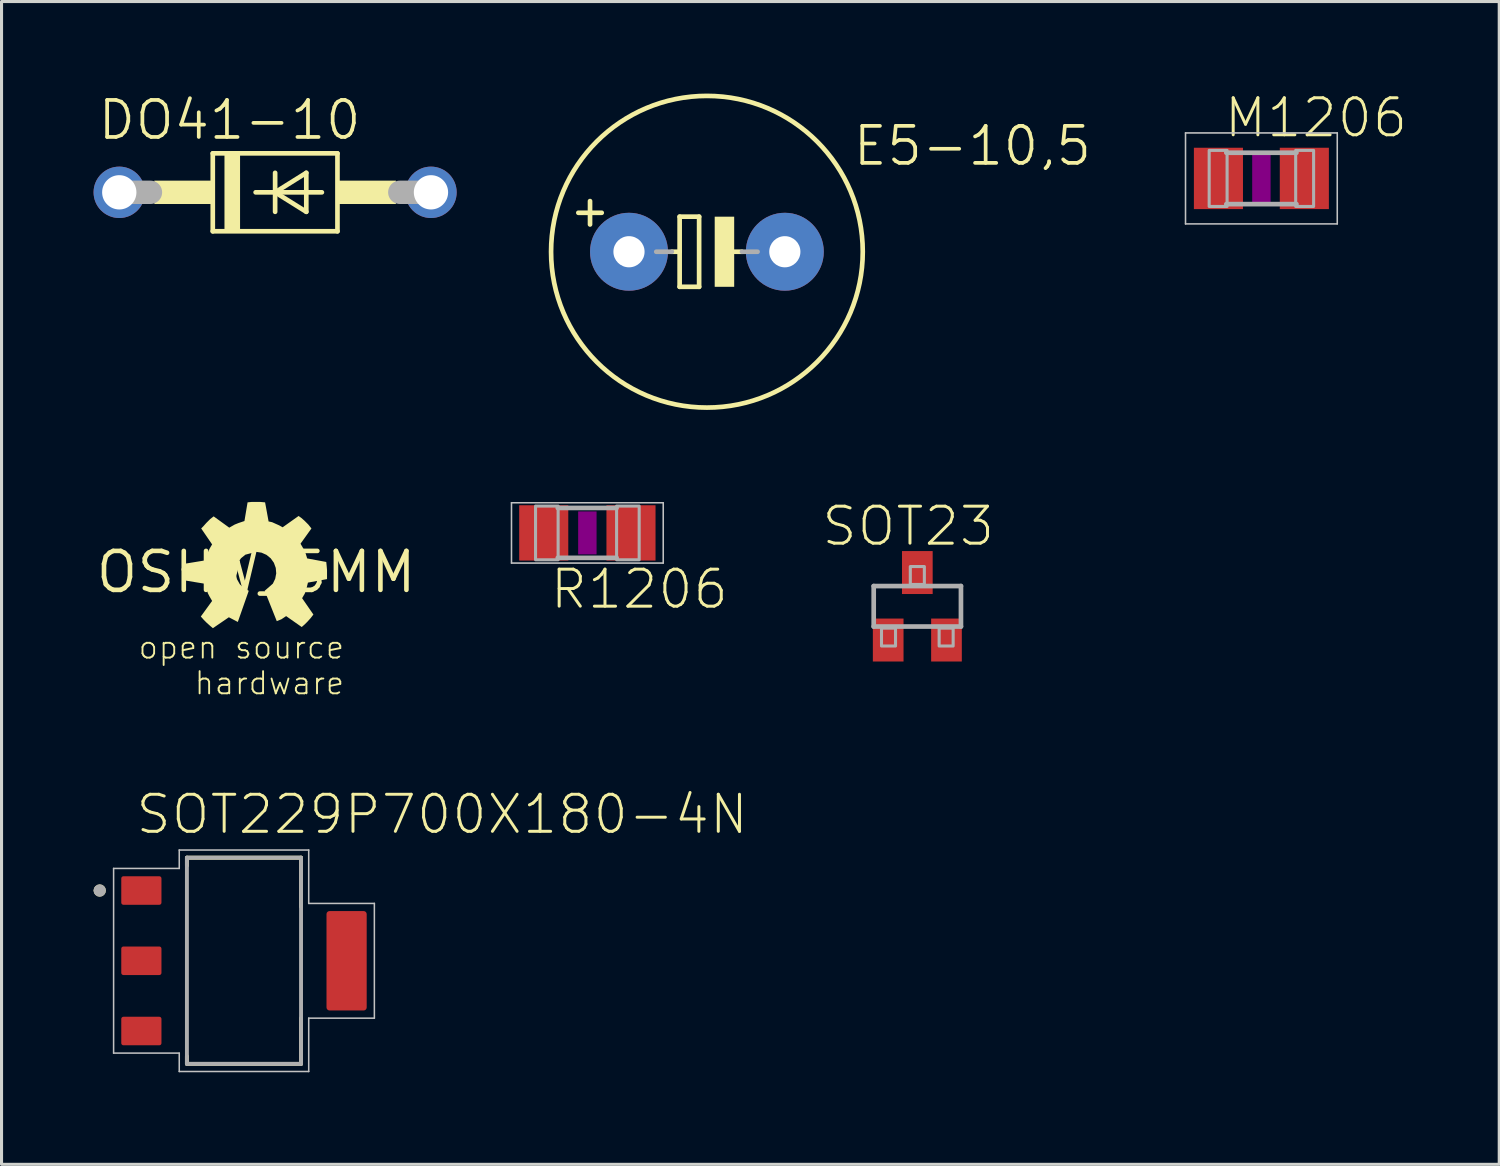
<source format=kicad_pcb>
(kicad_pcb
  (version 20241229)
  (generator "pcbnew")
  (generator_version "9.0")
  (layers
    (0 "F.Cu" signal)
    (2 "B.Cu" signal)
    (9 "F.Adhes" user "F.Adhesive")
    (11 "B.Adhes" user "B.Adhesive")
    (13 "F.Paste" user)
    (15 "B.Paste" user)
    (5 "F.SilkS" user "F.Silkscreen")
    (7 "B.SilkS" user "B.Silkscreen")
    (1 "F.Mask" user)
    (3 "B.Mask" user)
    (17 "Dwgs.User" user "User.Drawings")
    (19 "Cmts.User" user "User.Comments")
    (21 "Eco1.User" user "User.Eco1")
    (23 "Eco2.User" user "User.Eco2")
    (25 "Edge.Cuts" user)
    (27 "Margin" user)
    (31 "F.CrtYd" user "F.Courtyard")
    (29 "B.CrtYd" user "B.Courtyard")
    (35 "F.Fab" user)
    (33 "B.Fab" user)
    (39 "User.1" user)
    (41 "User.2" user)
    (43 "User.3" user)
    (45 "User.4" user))
  (footprint "SOT229P700X180-4N"
    (layer "F.Cu")
    (at 4.903 28.268)
    (property "Reference" "SOT229P700X180-4N" (at -3.586 -4.067 180) (layer "F.SilkS") (effects (font (size 1.208 1.208) (thickness 0.097)) (justify left bottom)))
    (attr through_hole)
    (fp_line (start -1.86 -3.36) (end -1.86 -3.1) (stroke (width 0.127) (type solid)) (layer "F.SilkS"))
    (fp_line (start -1.86 -3.36) (end 1.86 -3.36) (stroke (width 0.127) (type solid)) (layer "F.SilkS"))
    (fp_line (start -1.86 3.11) (end -1.86 3.36) (stroke (width 0.127) (type solid)) (layer "F.SilkS"))
    (fp_line (start -1.86 3.36) (end 1.86 3.36) (stroke (width 0.127) (type solid)) (layer "F.SilkS"))
    (fp_line (start 1.86 -1.76) (end 1.86 -3.36) (stroke (width 0.127) (type solid)) (layer "F.SilkS"))
    (fp_line (start 1.86 3.36) (end 1.86 1.87) (stroke (width 0.127) (type solid)) (layer "F.SilkS"))
    (fp_circle (center -4.703 -2.29) (end -4.603 -2.29) (stroke (width 0.2) (type solid)) (fill no) (layer "F.SilkS"))
    (fp_line (start -4.25 -3.01) (end -4.25 3.01) (stroke (width 0.05) (type solid)) (layer "Dwgs.User"))
    (fp_line (start -4.25 3.01) (end -2.11 3.01) (stroke (width 0.05) (type solid)) (layer "Dwgs.User"))
    (fp_line (start -2.11 -3.61) (end -2.11 -3.01) (stroke (width 0.05) (type solid)) (layer "Dwgs.User"))
    (fp_line (start -2.11 -3.01) (end -4.25 -3.01) (stroke (width 0.05) (type solid)) (layer "Dwgs.User"))
    (fp_line (start -2.11 3.01) (end -2.11 3.61) (stroke (width 0.05) (type solid)) (layer "Dwgs.User"))
    (fp_line (start -2.11 3.61) (end 2.11 3.61) (stroke (width 0.05) (type solid)) (layer "Dwgs.User"))
    (fp_line (start 2.11 -3.61) (end -2.11 -3.61) (stroke (width 0.05) (type solid)) (layer "Dwgs.User"))
    (fp_line (start 2.11 -1.87) (end 2.11 -3.61) (stroke (width 0.05) (type solid)) (layer "Dwgs.User"))
    (fp_line (start 2.11 1.87) (end 4.25 1.87) (stroke (width 0.05) (type solid)) (layer "Dwgs.User"))
    (fp_line (start 2.11 3.61) (end 2.11 1.87) (stroke (width 0.05) (type solid)) (layer "Dwgs.User"))
    (fp_line (start 4.25 -1.87) (end 2.11 -1.87) (stroke (width 0.05) (type solid)) (layer "Dwgs.User"))
    (fp_line (start 4.25 1.87) (end 4.25 -1.87) (stroke (width 0.05) (type solid)) (layer "Dwgs.User"))
    (fp_line (start -1.86 -3.36) (end 1.86 -3.36) (stroke (width 0.127) (type solid)) (layer "F.Fab"))
    (fp_line (start -1.86 3.36) (end -1.86 -3.36) (stroke (width 0.127) (type solid)) (layer "F.Fab"))
    (fp_line (start 1.86 -3.36) (end 1.86 3.36) (stroke (width 0.127) (type solid)) (layer "F.Fab"))
    (fp_line (start 1.86 3.36) (end -1.86 3.36) (stroke (width 0.127) (type solid)) (layer "F.Fab"))
    (fp_circle (center -4.703 -2.29) (end -4.603 -2.29) (stroke (width 0.2) (type solid)) (fill no) (layer "F.Fab"))
    (pad "1" smd roundrect (at -3.345 -2.29 270) (size 0.93 1.31) (layers "F.Cu" "F.Mask" "F.Paste") (roundrect_rratio 0.075))
    (pad "2" smd roundrect (at -3.345 0 270) (size 0.93 1.31) (layers "F.Cu" "F.Mask" "F.Paste") (roundrect_rratio 0.075))
    (pad "3" smd roundrect (at -3.345 2.29 270) (size 0.93 1.31) (layers "F.Cu" "F.Mask" "F.Paste") (roundrect_rratio 0.075))
    (pad "4" smd roundrect (at 3.345 0 270) (size 3.24 1.31) (layers "F.Cu" "F.Mask" "F.Paste") (roundrect_rratio 0.075)))
  (footprint "SOT23"
    (layer "F.Cu")
    (at 26.852 16.713)
    (property "Reference" "SOT23" (at -3.175 -1.905 0) (layer "F.SilkS") (effects (font (size 1.206 1.206) (thickness 0.097)) (justify left bottom)))
    (attr through_hole)
    (fp_line (start -1.422 -0.66) (end 1.422 -0.66) (stroke (width 0.152) (type solid)) (layer "F.Fab"))
    (fp_line (start -1.422 0.66) (end -1.422 -0.66) (stroke (width 0.152) (type solid)) (layer "F.Fab"))
    (fp_line (start 1.422 -0.66) (end 1.422 0.66) (stroke (width 0.152) (type solid)) (layer "F.Fab"))
    (fp_line (start 1.422 0.66) (end -1.422 0.66) (stroke (width 0.152) (type solid)) (layer "F.Fab"))
    (fp_poly (pts (xy -1.168 1.295) (xy -0.711 1.295) (xy -0.711 0.711) (xy -1.168 0.711)) (stroke (width 0.1) (type solid)) (fill no) (layer "F.Fab"))
    (fp_poly (pts (xy -0.229 -0.711) (xy 0.229 -0.711) (xy 0.229 -1.295) (xy -0.229 -1.295)) (stroke (width 0.1) (type solid)) (fill no) (layer "F.Fab"))
    (fp_poly (pts (xy 0.711 1.295) (xy 1.168 1.295) (xy 1.168 0.711) (xy 0.711 0.711)) (stroke (width 0.1) (type solid)) (fill no) (layer "F.Fab"))
    (pad "1" smd rect (at -0.95 1.1) (size 1 1.4) (layers "F.Cu" "F.Mask" "F.Paste"))
    (pad "2" smd rect (at 0.95 1.1) (size 1 1.4) (layers "F.Cu" "F.Mask" "F.Paste"))
    (pad "3" smd rect (at 0 -1.1) (size 1 1.4) (layers "F.Cu" "F.Mask" "F.Paste")))
  (footprint "R1206"
    (layer "F.Cu")
    (at 16.096 14.321)
    (property "Reference" "R1206" (at -1.27 2.54 0) (layer "F.SilkS") (effects (font (size 1.206 1.206) (thickness 0.097)) (justify left bottom)))
    (attr through_hole)
    (fp_poly (pts (xy -0.3 0.7) (xy 0.3 0.7) (xy 0.3 -0.7) (xy -0.3 -0.7)) (stroke (width 0) (type solid)) (fill yes) (layer "F.Adhes"))
    (fp_line (start -2.473 -0.983) (end 2.473 -0.983) (stroke (width 0.051) (type solid)) (layer "Dwgs.User"))
    (fp_line (start -2.473 0.983) (end -2.473 -0.983) (stroke (width 0.051) (type solid)) (layer "Dwgs.User"))
    (fp_line (start 2.473 -0.983) (end 2.473 0.983) (stroke (width 0.051) (type solid)) (layer "Dwgs.User"))
    (fp_line (start 2.473 0.983) (end -2.473 0.983) (stroke (width 0.051) (type solid)) (layer "Dwgs.User"))
    (fp_line (start 0.953 -0.813) (end -0.965 -0.813) (stroke (width 0.152) (type solid)) (layer "F.Fab"))
    (fp_line (start 0.953 0.813) (end -0.965 0.813) (stroke (width 0.152) (type solid)) (layer "F.Fab"))
    (fp_poly (pts (xy -1.689 0.876) (xy -0.953 0.876) (xy -0.953 -0.876) (xy -1.689 -0.876)) (stroke (width 0.1) (type solid)) (fill no) (layer "F.Fab"))
    (fp_poly (pts (xy 0.953 0.876) (xy 1.689 0.876) (xy 1.689 -0.876) (xy 0.953 -0.876)) (stroke (width 0.1) (type solid)) (fill no) (layer "F.Fab"))
    (pad "1" smd rect (at -1.422 0) (size 1.6 1.803) (layers "F.Cu" "F.Mask" "F.Paste"))
    (pad "2" smd rect (at 1.422 0) (size 1.6 1.803) (layers "F.Cu" "F.Mask" "F.Paste")))
  (footprint "E5-10,5"
    (layer "F.Cu")
    (at 19.993 5.156)
    (property "Reference" "E5-10,5" (at 4.699 -2.743 180) (layer "F.SilkS") (effects (font (size 1.206 1.206) (thickness 0.121)) (justify left bottom)))
    (attr through_hole)
    (fp_line (start -3.81 -1.651) (end -3.81 -0.889) (stroke (width 0.152) (type solid)) (layer "F.SilkS"))
    (fp_line (start -3.429 -1.27) (end -4.191 -1.27) (stroke (width 0.152) (type solid)) (layer "F.SilkS"))
    (fp_line (start -1.143 0) (end -0.889 0) (stroke (width 0.152) (type solid)) (layer "F.SilkS"))
    (fp_line (start -0.889 -1.143) (end -0.889 0) (stroke (width 0.152) (type solid)) (layer "F.SilkS"))
    (fp_line (start -0.889 0) (end -0.889 1.143) (stroke (width 0.152) (type solid)) (layer "F.SilkS"))
    (fp_line (start -0.889 1.143) (end -0.254 1.143) (stroke (width 0.152) (type solid)) (layer "F.SilkS"))
    (fp_line (start -0.254 -1.143) (end -0.889 -1.143) (stroke (width 0.152) (type solid)) (layer "F.SilkS"))
    (fp_line (start -0.254 1.143) (end -0.254 -1.143) (stroke (width 0.152) (type solid)) (layer "F.SilkS"))
    (fp_line (start 0.635 0) (end 1.143 0) (stroke (width 0.152) (type solid)) (layer "F.SilkS"))
    (fp_circle (center 0 0) (end 5.08 0) (stroke (width 0.152) (type solid)) (fill no) (layer "F.SilkS"))
    (fp_poly (pts (xy 0.254 1.143) (xy 0.889 1.143) (xy 0.889 -1.143) (xy 0.254 -1.143)) (stroke (width 0) (type solid)) (fill yes) (layer "F.SilkS"))
    (fp_line (start -1.651 0) (end -1.143 0) (stroke (width 0.152) (type solid)) (layer "F.Fab"))
    (fp_line (start 1.143 0) (end 1.651 0) (stroke (width 0.152) (type solid)) (layer "F.Fab"))
    (pad "+" thru_hole circle (at -2.54 0) (size 2.54 2.54) (drill 1.016) (layers "*.Cu" "*.Mask"))
    (pad "-" thru_hole circle (at 2.54 0) (size 2.54 2.54) (drill 1.016) (layers "*.Cu" "*.Mask")))
  (footprint "DO41-10"
    (layer "F.Cu")
    (at 5.918 3.219)
    (property "Reference" "DO41-10" (at -5.842 -1.651 180) (layer "F.SilkS") (effects (font (size 1.206 1.206) (thickness 0.121)) (justify left bottom)))
    (attr through_hole)
    (fp_line (start -2.032 -1.27) (end -2.032 1.27) (stroke (width 0.152) (type solid)) (layer "F.SilkS"))
    (fp_line (start -2.032 -1.27) (end 2.032 -1.27) (stroke (width 0.152) (type solid)) (layer "F.SilkS"))
    (fp_line (start -0.635 0) (end 0 0) (stroke (width 0.152) (type solid)) (layer "F.SilkS"))
    (fp_line (start 0 -0.635) (end 0 0) (stroke (width 0.152) (type solid)) (layer "F.SilkS"))
    (fp_line (start 0 0) (end 0 0.635) (stroke (width 0.152) (type solid)) (layer "F.SilkS"))
    (fp_line (start 0 0) (end 1.016 -0.635) (stroke (width 0.152) (type solid)) (layer "F.SilkS"))
    (fp_line (start 0 0) (end 1.524 0) (stroke (width 0.152) (type solid)) (layer "F.SilkS"))
    (fp_line (start 1.016 -0.635) (end 1.016 0.635) (stroke (width 0.152) (type solid)) (layer "F.SilkS"))
    (fp_line (start 1.016 0.635) (end 0 0) (stroke (width 0.152) (type solid)) (layer "F.SilkS"))
    (fp_line (start 2.032 1.27) (end -2.032 1.27) (stroke (width 0.152) (type solid)) (layer "F.SilkS"))
    (fp_line (start 2.032 1.27) (end 2.032 -1.27) (stroke (width 0.152) (type solid)) (layer "F.SilkS"))
    (fp_poly (pts (xy -3.937 0.381) (xy -2.032 0.381) (xy -2.032 -0.381) (xy -3.937 -0.381)) (stroke (width 0) (type solid)) (fill yes) (layer "F.SilkS"))
    (fp_poly (pts (xy -1.651 1.27) (xy -1.143 1.27) (xy -1.143 -1.27) (xy -1.651 -1.27)) (stroke (width 0) (type solid)) (fill yes) (layer "F.SilkS"))
    (fp_poly (pts (xy 2.032 0.381) (xy 3.937 0.381) (xy 3.937 -0.381) (xy 2.032 -0.381)) (stroke (width 0) (type solid)) (fill yes) (layer "F.SilkS"))
    (fp_line (start -5.08 0) (end -4.064 0) (stroke (width 0.762) (type solid)) (layer "F.Fab"))
    (fp_line (start 5.08 0) (end 4.064 0) (stroke (width 0.762) (type solid)) (layer "F.Fab"))
    (pad "A" thru_hole circle (at 5.08 0) (size 1.676 1.676) (drill 1.118) (layers "*.Cu" "*.Mask"))
    (pad "C" thru_hole circle (at -5.08 0) (size 1.676 1.676) (drill 1.118) (layers "*.Cu" "*.Mask")))
  (footprint "M1206"
    (layer "F.Cu")
    (at 38.067 2.766)
    (property "Reference" "M1206" (at -1.27 -1.27 180) (layer "F.SilkS") (effects (font (size 1.206 1.206) (thickness 0.097)) (justify left bottom)))
    (attr through_hole)
    (fp_poly (pts (xy -0.3 0.8) (xy 0.3 0.8) (xy 0.3 -0.8) (xy -0.3 -0.8)) (stroke (width 0) (type solid)) (fill yes) (layer "F.Adhes"))
    (fp_line (start -2.473 -1.483) (end 2.473 -1.483) (stroke (width 0.051) (type solid)) (layer "Dwgs.User"))
    (fp_line (start -2.473 1.483) (end -2.473 -1.483) (stroke (width 0.051) (type solid)) (layer "Dwgs.User"))
    (fp_line (start 2.473 -1.483) (end 2.473 1.483) (stroke (width 0.051) (type solid)) (layer "Dwgs.User"))
    (fp_line (start 2.473 1.483) (end -2.473 1.483) (stroke (width 0.051) (type solid)) (layer "Dwgs.User"))
    (fp_line (start 1.143 -0.838) (end -1.143 -0.838) (stroke (width 0.152) (type solid)) (layer "F.Fab"))
    (fp_line (start 1.143 0.838) (end -1.143 0.838) (stroke (width 0.152) (type solid)) (layer "F.Fab"))
    (fp_poly (pts (xy -1.702 0.914) (xy -1.118 0.914) (xy -1.118 -0.914) (xy -1.702 -0.914)) (stroke (width 0.1) (type solid)) (fill no) (layer "F.Fab"))
    (fp_poly (pts (xy 1.118 0.914) (xy 1.702 0.914) (xy 1.702 -0.914) (xy 1.118 -0.914)) (stroke (width 0.1) (type solid)) (fill no) (layer "F.Fab"))
    (pad "1" smd rect (at -1.4 0) (size 1.6 2) (layers "F.Cu" "F.Mask" "F.Paste"))
    (pad "2" smd rect (at 1.4 0) (size 1.6 2) (layers "F.Cu" "F.Mask" "F.Paste")))
  (footprint "OSHW_5MM"
    (layer "F.Cu")
    (at 5.299 15.598)
    (property "Reference" "OSHW_5MM" (at 0 0 0) (layer "F.SilkS") (effects (font (size 1.27 1.27) (thickness 0.15))))
    (attr through_hole)
    (fp_poly (pts (xy -0.241 0.61) (xy -0.402 0.522) (xy -0.533 0.394) (xy -0.623 0.234) (xy -0.666 0.056) (xy -0.657 -0.127) (xy -0.598 -0.301) (xy -0.493 -0.451) (xy -0.351 -0.567) (xy 0 -0.66) (xy 0.000001 -0.66) (xy 0.176 -0.633) (xy 0.338 -0.561) (xy 0.476 -0.448) (xy 0.579 -0.303) (xy 0.64 -0.135) (xy 0.655 0.042) (xy 0.622 0.217) (xy 0.545 0.377) (xy 0.279 0.61) (xy 0.673 1.6) (xy 0.826 1.537) (xy 0.978 1.435) (xy 1.486 1.791) (xy 1.587 1.702) (xy 1.676 1.613) (xy 1.778 1.499) (xy 1.867 1.384) (xy 1.499 0.851) (xy 1.587 0.699) (xy 1.638 0.546) (xy 1.689 0.343) (xy 2.311 0.229) (xy 2.311 0.051) (xy 2.311 -0.064) (xy 2.299 -0.203) (xy 2.286 -0.33) (xy 1.664 -0.445) (xy 1.613 -0.61) (xy 1.549 -0.749) (xy 1.46 -0.902) (xy 1.448 -0.927) (xy 1.803 -1.422) (xy 1.702 -1.549) (xy 1.575 -1.676) (xy 1.473 -1.765) (xy 1.384 -1.829) (xy 0.864 -1.46) (xy 0.749 -1.524) (xy 0.635 -1.575) (xy 0.521 -1.626) (xy 0.406 -1.651) (xy 0.292 -2.273) (xy 0.14 -2.286) (xy -0.038 -2.286) (xy -0.152 -2.286) (xy -0.279 -2.273) (xy -0.381 -1.664) (xy -0.572 -1.6) (xy -0.699 -1.549) (xy -0.876 -1.448) (xy -1.384 -1.816) (xy -1.499 -1.727) (xy -1.626 -1.6) (xy -1.727 -1.486) (xy -1.791 -1.422) (xy -1.435 -0.902) (xy -1.511 -0.775) (xy -1.587 -0.61) (xy -1.626 -0.47) (xy -1.664 -0.381) (xy -2.286 -0.279) (xy -2.286 0.279) (xy -1.664 0.381) (xy -1.613 0.559) (xy -1.575 0.686) (xy -1.524 0.787) (xy -1.435 0.94) (xy -1.803 1.448) (xy -1.702 1.562) (xy -1.613 1.651) (xy -1.499 1.753) (xy -1.41 1.829) (xy -0.889 1.473) (xy -0.597 1.626)) (stroke (width 0) (type solid)) (fill yes) (layer "F.SilkS"))
    (fp_text user "open source\n  hardware" (at 2.921 2.032 0) (layer "F.SilkS") (effects (font (size 0.724 0.724) (thickness 0.061)) (justify right top))))
  (gr_rect
    (start -3 -3)
    (end 45.82 34.903)
    (stroke (width 0.1) (type default))
    (fill no)
    (layer "Edge.Cuts")))
</source>
